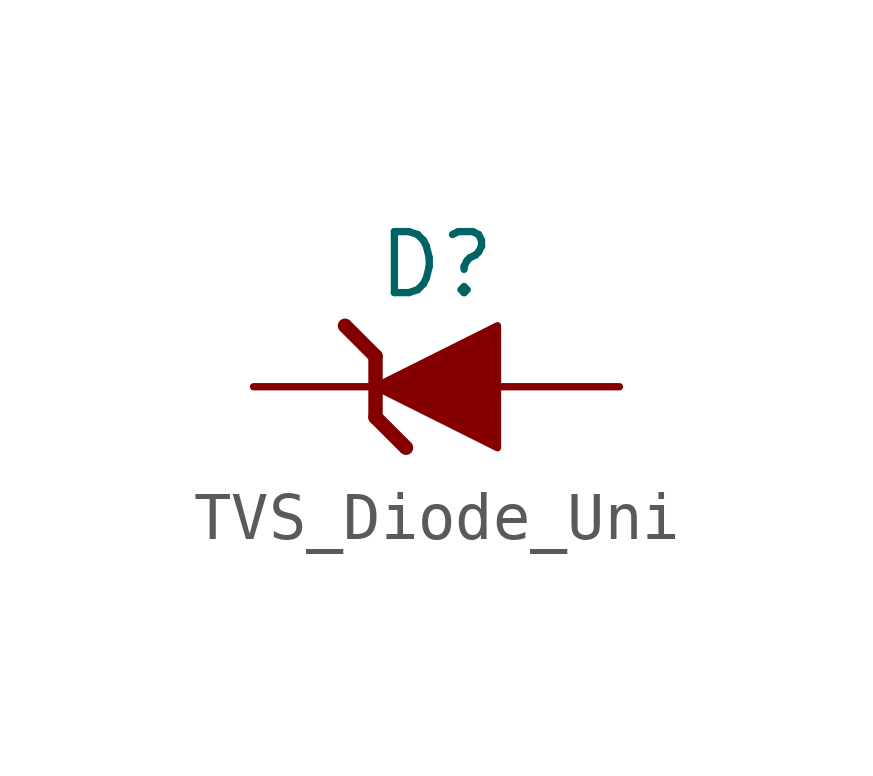
<source format=kicad_sym>
(kicad_symbol_lib
  (version 20241209)
  (generator "kicad_symbol_editor")
  (generator_version "9.0")
  (symbol "TVS_Diode_Uni"
    (property "Reference" "D"
      (at 0 2.54 0)
      (effects (font (size 1.27 1.27))))
    (property "Value" ""
      (at 0 0 0)
      (effects (font (size 1.27 1.27))))
    (symbol "TVS_Diode_Uni_0_1"
      (polyline (pts (xy -1.27 0.635) (xy -1.27 -0.635)) (stroke (width 0.3) (type default)) (fill (type none)))
      (polyline (pts (xy 1.27 1.27) (xy 1.27 -1.27) (xy -1.27 0) (xy 1.27 1.27)) (stroke (width 0) (type default)) (fill (type outline))))
    (symbol "TVS_Diode_Uni_1_1"
      (polyline (pts (xy -1.27 0.635) (xy -1.905 1.27)) (stroke (width 0.3) (type solid)) (fill (type none)))
      (polyline (pts (xy -0.635 -1.27) (xy -1.27 -0.635)) (stroke (width 0.3) (type solid)) (fill (type none)))
      (pin passive line (at -3.81 0 0) (length 2.54) (name "" (effects (font (size 1 1)))) (number "" (effects (font (size 1.27 1.27)))))
      (pin passive line (at 3.81 0 180) (length 2.54) (name "" (effects (font (size 1 1)))) (number "" (effects (font (size 1.27 1.27))))))))
</source>
